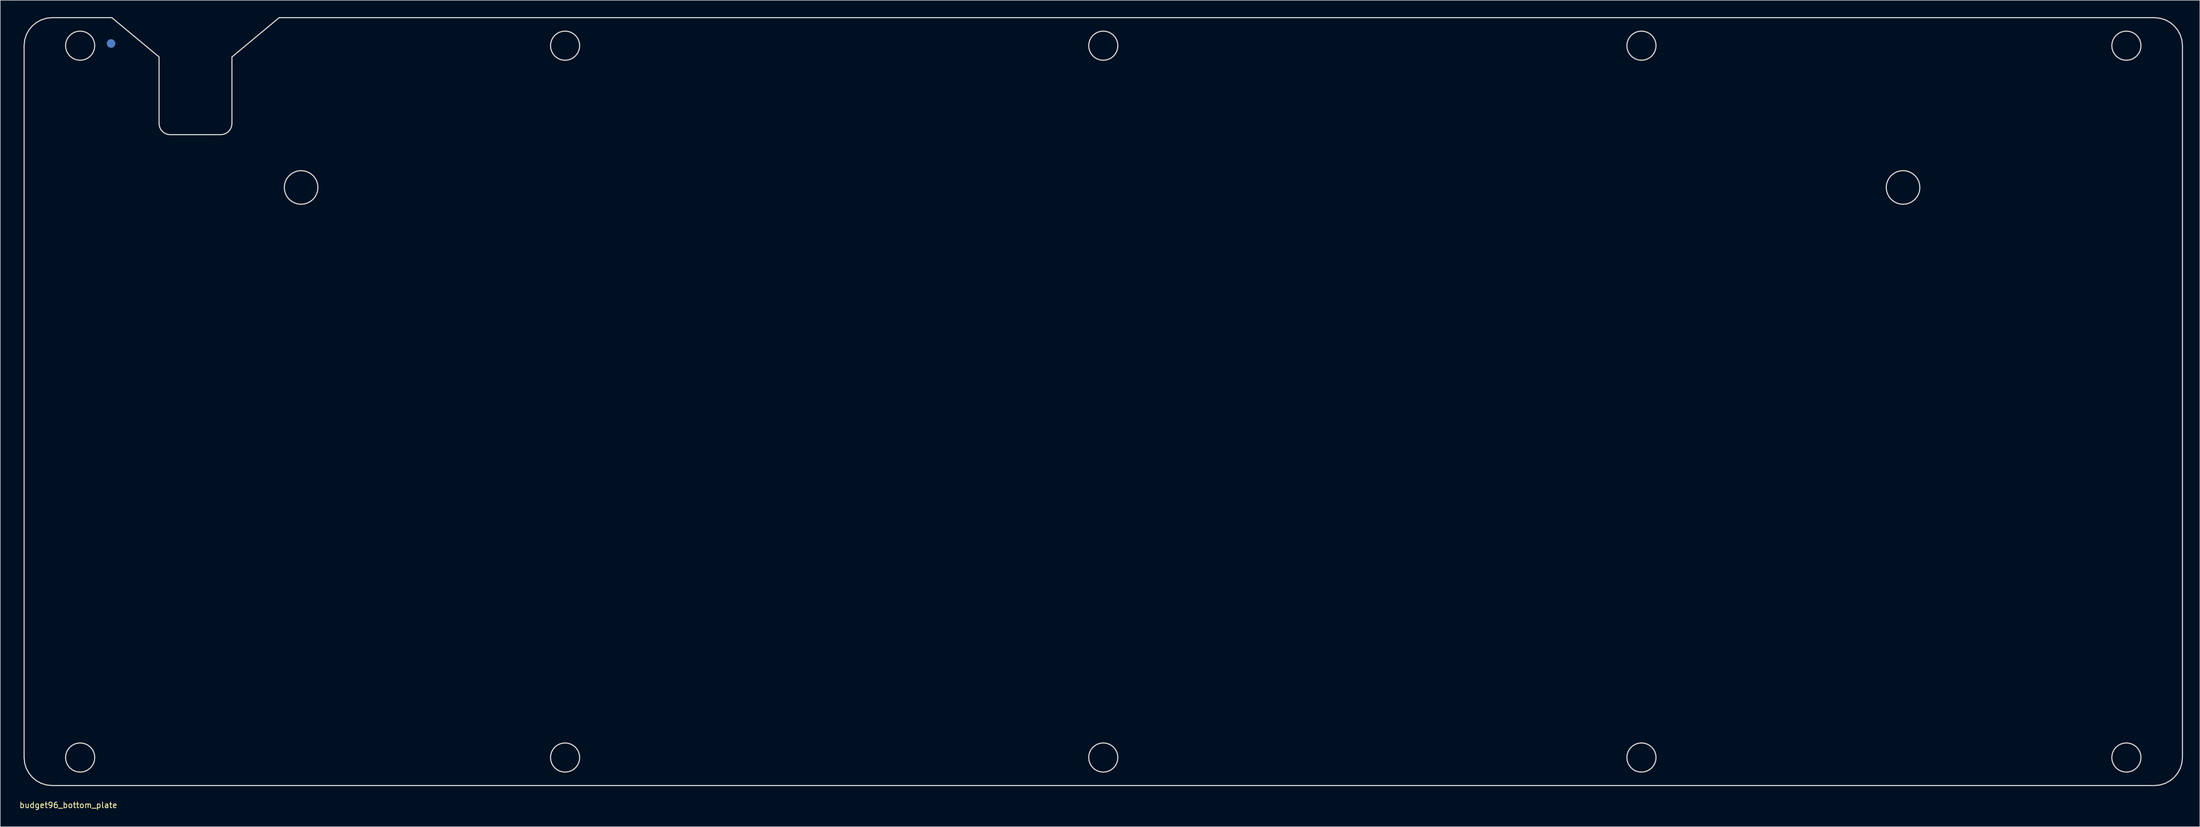
<source format=kicad_pcb>
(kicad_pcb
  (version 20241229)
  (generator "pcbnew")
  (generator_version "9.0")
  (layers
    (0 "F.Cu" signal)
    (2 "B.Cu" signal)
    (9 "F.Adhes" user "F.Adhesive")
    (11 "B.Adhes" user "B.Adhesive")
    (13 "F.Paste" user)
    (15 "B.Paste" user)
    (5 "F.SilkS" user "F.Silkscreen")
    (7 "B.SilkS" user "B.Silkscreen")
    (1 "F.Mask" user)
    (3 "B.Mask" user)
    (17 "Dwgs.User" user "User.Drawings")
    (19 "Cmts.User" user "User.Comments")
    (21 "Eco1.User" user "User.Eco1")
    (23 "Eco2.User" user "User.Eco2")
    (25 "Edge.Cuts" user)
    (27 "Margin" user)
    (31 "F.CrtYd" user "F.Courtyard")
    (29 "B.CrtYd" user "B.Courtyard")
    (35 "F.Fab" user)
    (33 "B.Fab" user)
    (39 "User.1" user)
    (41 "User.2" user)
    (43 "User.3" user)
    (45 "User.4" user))
  (footprint "budget96_bottom_plate"
    (layer "F.Cu")
    (at 0.25 140.6)
    (property "Reference" "budget96_bottom_plate" (at 8.89 0 0) (layer "F.SilkS") (effects (font (size 1 1) (thickness 0.15))))
    (attr through_hole)
    (fp_line (start 0.998 -135.5) (end 1.1 -136.506) (stroke (width 0.2) (type solid)) (layer "Edge.Cuts"))
    (fp_line (start 0.998 -8.5) (end 0.998 -135.5) (stroke (width 0.2) (type solid)) (layer "Edge.Cuts"))
    (fp_line (start 1.1 -136.506) (end 1.392 -137.443) (stroke (width 0.2) (type solid)) (layer "Edge.Cuts"))
    (fp_line (start 1.1 -7.495) (end 0.998 -8.5) (stroke (width 0.2) (type solid)) (layer "Edge.Cuts"))
    (fp_line (start 1.392 -137.443) (end 1.854 -138.292) (stroke (width 0.2) (type solid)) (layer "Edge.Cuts"))
    (fp_line (start 1.392 -6.557) (end 1.1 -7.495) (stroke (width 0.2) (type solid)) (layer "Edge.Cuts"))
    (fp_line (start 1.854 -138.292) (end 2.466 -139.033) (stroke (width 0.2) (type solid)) (layer "Edge.Cuts"))
    (fp_line (start 1.854 -5.708) (end 1.392 -6.557) (stroke (width 0.2) (type solid)) (layer "Edge.Cuts"))
    (fp_line (start 2.466 -139.033) (end 3.206 -139.644) (stroke (width 0.2) (type solid)) (layer "Edge.Cuts"))
    (fp_line (start 2.466 -4.967) (end 1.854 -5.708) (stroke (width 0.2) (type solid)) (layer "Edge.Cuts"))
    (fp_line (start 3.206 -139.644) (end 4.055 -140.106) (stroke (width 0.2) (type solid)) (layer "Edge.Cuts"))
    (fp_line (start 3.206 -4.356) (end 2.466 -4.967) (stroke (width 0.2) (type solid)) (layer "Edge.Cuts"))
    (fp_line (start 4.055 -140.106) (end 4.993 -140.398) (stroke (width 0.2) (type solid)) (layer "Edge.Cuts"))
    (fp_line (start 4.055 -3.894) (end 3.206 -4.356) (stroke (width 0.2) (type solid)) (layer "Edge.Cuts"))
    (fp_line (start 4.993 -140.398) (end 5.998 -140.5) (stroke (width 0.2) (type solid)) (layer "Edge.Cuts"))
    (fp_line (start 4.993 -3.602) (end 4.055 -3.894) (stroke (width 0.2) (type solid)) (layer "Edge.Cuts"))
    (fp_line (start 5.998 -140.5) (end 16.646 -140.5) (stroke (width 0.2) (type solid)) (layer "Edge.Cuts"))
    (fp_line (start 5.998 -3.5) (end 4.993 -3.602) (stroke (width 0.2) (type solid)) (layer "Edge.Cuts"))
    (fp_line (start 8.398 -135.5) (end 8.451 -136.024) (stroke (width 0.2) (type solid)) (layer "Edge.Cuts"))
    (fp_line (start 8.398 -8.5) (end 8.451 -9.024) (stroke (width 0.2) (type solid)) (layer "Edge.Cuts"))
    (fp_line (start 8.451 -136.024) (end 8.603 -136.512) (stroke (width 0.2) (type solid)) (layer "Edge.Cuts"))
    (fp_line (start 8.451 -134.976) (end 8.398 -135.5) (stroke (width 0.2) (type solid)) (layer "Edge.Cuts"))
    (fp_line (start 8.451 -9.024) (end 8.603 -9.512) (stroke (width 0.2) (type solid)) (layer "Edge.Cuts"))
    (fp_line (start 8.451 -7.976) (end 8.398 -8.5) (stroke (width 0.2) (type solid)) (layer "Edge.Cuts"))
    (fp_line (start 8.603 -136.512) (end 8.842 -136.954) (stroke (width 0.2) (type solid)) (layer "Edge.Cuts"))
    (fp_line (start 8.603 -134.488) (end 8.451 -134.976) (stroke (width 0.2) (type solid)) (layer "Edge.Cuts"))
    (fp_line (start 8.603 -9.512) (end 8.842 -9.954) (stroke (width 0.2) (type solid)) (layer "Edge.Cuts"))
    (fp_line (start 8.603 -7.488) (end 8.451 -7.976) (stroke (width 0.2) (type solid)) (layer "Edge.Cuts"))
    (fp_line (start 8.842 -136.954) (end 9.16 -137.338) (stroke (width 0.2) (type solid)) (layer "Edge.Cuts"))
    (fp_line (start 8.842 -134.046) (end 8.603 -134.488) (stroke (width 0.2) (type solid)) (layer "Edge.Cuts"))
    (fp_line (start 8.842 -9.954) (end 9.16 -10.338) (stroke (width 0.2) (type solid)) (layer "Edge.Cuts"))
    (fp_line (start 8.842 -7.046) (end 8.603 -7.488) (stroke (width 0.2) (type solid)) (layer "Edge.Cuts"))
    (fp_line (start 9.16 -137.338) (end 9.545 -137.656) (stroke (width 0.2) (type solid)) (layer "Edge.Cuts"))
    (fp_line (start 9.16 -133.661) (end 8.842 -134.046) (stroke (width 0.2) (type solid)) (layer "Edge.Cuts"))
    (fp_line (start 9.16 -10.338) (end 9.545 -10.656) (stroke (width 0.2) (type solid)) (layer "Edge.Cuts"))
    (fp_line (start 9.16 -6.661) (end 8.842 -7.046) (stroke (width 0.2) (type solid)) (layer "Edge.Cuts"))
    (fp_line (start 9.545 -137.656) (end 9.986 -137.896) (stroke (width 0.2) (type solid)) (layer "Edge.Cuts"))
    (fp_line (start 9.545 -133.344) (end 9.16 -133.661) (stroke (width 0.2) (type solid)) (layer "Edge.Cuts"))
    (fp_line (start 9.545 -10.656) (end 9.986 -10.896) (stroke (width 0.2) (type solid)) (layer "Edge.Cuts"))
    (fp_line (start 9.545 -6.344) (end 9.16 -6.661) (stroke (width 0.2) (type solid)) (layer "Edge.Cuts"))
    (fp_line (start 9.986 -137.896) (end 10.474 -138.047) (stroke (width 0.2) (type solid)) (layer "Edge.Cuts"))
    (fp_line (start 9.986 -133.104) (end 9.545 -133.344) (stroke (width 0.2) (type solid)) (layer "Edge.Cuts"))
    (fp_line (start 9.986 -10.896) (end 10.474 -11.047) (stroke (width 0.2) (type solid)) (layer "Edge.Cuts"))
    (fp_line (start 9.986 -6.104) (end 9.545 -6.344) (stroke (width 0.2) (type solid)) (layer "Edge.Cuts"))
    (fp_line (start 10.474 -138.047) (end 10.998 -138.1) (stroke (width 0.2) (type solid)) (layer "Edge.Cuts"))
    (fp_line (start 10.474 -132.953) (end 9.986 -133.104) (stroke (width 0.2) (type solid)) (layer "Edge.Cuts"))
    (fp_line (start 10.474 -11.047) (end 10.998 -11.1) (stroke (width 0.2) (type solid)) (layer "Edge.Cuts"))
    (fp_line (start 10.474 -5.953) (end 9.986 -6.104) (stroke (width 0.2) (type solid)) (layer "Edge.Cuts"))
    (fp_line (start 10.998 -138.1) (end 10.998 -138.1) (stroke (width 0.2) (type solid)) (layer "Edge.Cuts"))
    (fp_line (start 10.998 -138.1) (end 11.522 -138.047) (stroke (width 0.2) (type solid)) (layer "Edge.Cuts"))
    (fp_line (start 10.998 -132.9) (end 10.474 -132.953) (stroke (width 0.2) (type solid)) (layer "Edge.Cuts"))
    (fp_line (start 10.998 -11.1) (end 10.998 -11.1) (stroke (width 0.2) (type solid)) (layer "Edge.Cuts"))
    (fp_line (start 10.998 -11.1) (end 11.522 -11.047) (stroke (width 0.2) (type solid)) (layer "Edge.Cuts"))
    (fp_line (start 10.998 -5.9) (end 10.474 -5.953) (stroke (width 0.2) (type solid)) (layer "Edge.Cuts"))
    (fp_line (start 11.522 -138.047) (end 12.01 -137.896) (stroke (width 0.2) (type solid)) (layer "Edge.Cuts"))
    (fp_line (start 11.522 -132.953) (end 10.998 -132.9) (stroke (width 0.2) (type solid)) (layer "Edge.Cuts"))
    (fp_line (start 11.522 -11.047) (end 12.01 -10.896) (stroke (width 0.2) (type solid)) (layer "Edge.Cuts"))
    (fp_line (start 11.522 -5.953) (end 10.998 -5.9) (stroke (width 0.2) (type solid)) (layer "Edge.Cuts"))
    (fp_line (start 12.01 -137.896) (end 12.452 -137.656) (stroke (width 0.2) (type solid)) (layer "Edge.Cuts"))
    (fp_line (start 12.01 -133.104) (end 11.522 -132.953) (stroke (width 0.2) (type solid)) (layer "Edge.Cuts"))
    (fp_line (start 12.01 -10.896) (end 12.452 -10.656) (stroke (width 0.2) (type solid)) (layer "Edge.Cuts"))
    (fp_line (start 12.01 -6.104) (end 11.522 -5.953) (stroke (width 0.2) (type solid)) (layer "Edge.Cuts"))
    (fp_line (start 12.452 -137.656) (end 12.837 -137.338) (stroke (width 0.2) (type solid)) (layer "Edge.Cuts"))
    (fp_line (start 12.452 -133.344) (end 12.01 -133.104) (stroke (width 0.2) (type solid)) (layer "Edge.Cuts"))
    (fp_line (start 12.452 -10.656) (end 12.837 -10.338) (stroke (width 0.2) (type solid)) (layer "Edge.Cuts"))
    (fp_line (start 12.452 -6.344) (end 12.01 -6.104) (stroke (width 0.2) (type solid)) (layer "Edge.Cuts"))
    (fp_line (start 12.837 -137.338) (end 13.154 -136.954) (stroke (width 0.2) (type solid)) (layer "Edge.Cuts"))
    (fp_line (start 12.837 -133.661) (end 12.452 -133.344) (stroke (width 0.2) (type solid)) (layer "Edge.Cuts"))
    (fp_line (start 12.837 -10.338) (end 13.154 -9.954) (stroke (width 0.2) (type solid)) (layer "Edge.Cuts"))
    (fp_line (start 12.837 -6.661) (end 12.452 -6.344) (stroke (width 0.2) (type solid)) (layer "Edge.Cuts"))
    (fp_line (start 13.154 -136.954) (end 13.394 -136.512) (stroke (width 0.2) (type solid)) (layer "Edge.Cuts"))
    (fp_line (start 13.154 -134.046) (end 12.837 -133.661) (stroke (width 0.2) (type solid)) (layer "Edge.Cuts"))
    (fp_line (start 13.154 -9.954) (end 13.394 -9.512) (stroke (width 0.2) (type solid)) (layer "Edge.Cuts"))
    (fp_line (start 13.154 -7.046) (end 12.837 -6.661) (stroke (width 0.2) (type solid)) (layer "Edge.Cuts"))
    (fp_line (start 13.394 -136.512) (end 13.546 -136.024) (stroke (width 0.2) (type solid)) (layer "Edge.Cuts"))
    (fp_line (start 13.394 -134.488) (end 13.154 -134.046) (stroke (width 0.2) (type solid)) (layer "Edge.Cuts"))
    (fp_line (start 13.394 -9.512) (end 13.546 -9.024) (stroke (width 0.2) (type solid)) (layer "Edge.Cuts"))
    (fp_line (start 13.394 -7.488) (end 13.154 -7.046) (stroke (width 0.2) (type solid)) (layer "Edge.Cuts"))
    (fp_line (start 13.546 -136.024) (end 13.598 -135.5) (stroke (width 0.2) (type solid)) (layer "Edge.Cuts"))
    (fp_line (start 13.546 -134.976) (end 13.394 -134.488) (stroke (width 0.2) (type solid)) (layer "Edge.Cuts"))
    (fp_line (start 13.546 -9.024) (end 13.598 -8.5) (stroke (width 0.2) (type solid)) (layer "Edge.Cuts"))
    (fp_line (start 13.546 -7.976) (end 13.394 -7.488) (stroke (width 0.2) (type solid)) (layer "Edge.Cuts"))
    (fp_line (start 13.598 -135.5) (end 13.546 -134.976) (stroke (width 0.2) (type solid)) (layer "Edge.Cuts"))
    (fp_line (start 13.598 -8.5) (end 13.546 -7.976) (stroke (width 0.2) (type solid)) (layer "Edge.Cuts"))
    (fp_line (start 16.646 -140.5) (end 16.646 -140.5) (stroke (width 0.2) (type solid)) (layer "Edge.Cuts"))
    (fp_line (start 16.646 -140.5) (end 25.073 -133.491) (stroke (width 0.2) (type solid)) (layer "Edge.Cuts"))
    (fp_line (start 25.073 -133.491) (end 25.073 -121.626) (stroke (width 0.2) (type solid)) (layer "Edge.Cuts"))
    (fp_line (start 25.073 -121.626) (end 25.114 -121.223) (stroke (width 0.2) (type solid)) (layer "Edge.Cuts"))
    (fp_line (start 25.114 -121.223) (end 25.23 -120.848) (stroke (width 0.2) (type solid)) (layer "Edge.Cuts"))
    (fp_line (start 25.23 -120.848) (end 25.415 -120.509) (stroke (width 0.2) (type solid)) (layer "Edge.Cuts"))
    (fp_line (start 25.415 -120.509) (end 25.66 -120.212) (stroke (width 0.2) (type solid)) (layer "Edge.Cuts"))
    (fp_line (start 25.66 -120.212) (end 25.956 -119.968) (stroke (width 0.2) (type solid)) (layer "Edge.Cuts"))
    (fp_line (start 25.956 -119.968) (end 26.296 -119.783) (stroke (width 0.2) (type solid)) (layer "Edge.Cuts"))
    (fp_line (start 26.296 -119.783) (end 26.671 -119.666) (stroke (width 0.2) (type solid)) (layer "Edge.Cuts"))
    (fp_line (start 26.671 -119.666) (end 27.073 -119.626) (stroke (width 0.2) (type solid)) (layer "Edge.Cuts"))
    (fp_line (start 27.073 -119.626) (end 36.073 -119.626) (stroke (width 0.2) (type solid)) (layer "Edge.Cuts"))
    (fp_line (start 36.073 -119.626) (end 36.475 -119.666) (stroke (width 0.2) (type solid)) (layer "Edge.Cuts"))
    (fp_line (start 36.475 -119.666) (end 36.85 -119.783) (stroke (width 0.2) (type solid)) (layer "Edge.Cuts"))
    (fp_line (start 36.85 -119.783) (end 37.19 -119.968) (stroke (width 0.2) (type solid)) (layer "Edge.Cuts"))
    (fp_line (start 37.19 -119.968) (end 37.486 -120.212) (stroke (width 0.2) (type solid)) (layer "Edge.Cuts"))
    (fp_line (start 37.486 -120.212) (end 37.73 -120.509) (stroke (width 0.2) (type solid)) (layer "Edge.Cuts"))
    (fp_line (start 37.73 -120.509) (end 37.915 -120.848) (stroke (width 0.2) (type solid)) (layer "Edge.Cuts"))
    (fp_line (start 37.915 -120.848) (end 38.032 -121.223) (stroke (width 0.2) (type solid)) (layer "Edge.Cuts"))
    (fp_line (start 38.032 -121.223) (end 38.073 -121.626) (stroke (width 0.2) (type solid)) (layer "Edge.Cuts"))
    (fp_line (start 38.073 -133.491) (end 46.5 -140.5) (stroke (width 0.2) (type solid)) (layer "Edge.Cuts"))
    (fp_line (start 38.073 -121.626) (end 38.073 -133.491) (stroke (width 0.2) (type solid)) (layer "Edge.Cuts"))
    (fp_line (start 46.5 -140.5) (end 380.998 -140.5) (stroke (width 0.2) (type solid)) (layer "Edge.Cuts"))
    (fp_line (start 47.411 -110.206) (end 47.469 -109.621) (stroke (width 0.2) (type solid)) (layer "Edge.Cuts"))
    (fp_line (start 47.469 -110.792) (end 47.411 -110.206) (stroke (width 0.2) (type solid)) (layer "Edge.Cuts"))
    (fp_line (start 47.469 -109.621) (end 47.64 -109.058) (stroke (width 0.2) (type solid)) (layer "Edge.Cuts"))
    (fp_line (start 47.64 -111.354) (end 47.469 -110.792) (stroke (width 0.2) (type solid)) (layer "Edge.Cuts"))
    (fp_line (start 47.64 -109.058) (end 47.917 -108.54) (stroke (width 0.2) (type solid)) (layer "Edge.Cuts"))
    (fp_line (start 47.917 -111.873) (end 47.64 -111.354) (stroke (width 0.2) (type solid)) (layer "Edge.Cuts"))
    (fp_line (start 47.917 -108.54) (end 48.29 -108.085) (stroke (width 0.2) (type solid)) (layer "Edge.Cuts"))
    (fp_line (start 48.29 -112.328) (end 47.917 -111.873) (stroke (width 0.2) (type solid)) (layer "Edge.Cuts"))
    (fp_line (start 48.29 -108.085) (end 48.745 -107.712) (stroke (width 0.2) (type solid)) (layer "Edge.Cuts"))
    (fp_line (start 48.745 -112.701) (end 48.29 -112.328) (stroke (width 0.2) (type solid)) (layer "Edge.Cuts"))
    (fp_line (start 48.745 -107.712) (end 49.263 -107.435) (stroke (width 0.2) (type solid)) (layer "Edge.Cuts"))
    (fp_line (start 49.263 -112.978) (end 48.745 -112.701) (stroke (width 0.2) (type solid)) (layer "Edge.Cuts"))
    (fp_line (start 49.263 -107.435) (end 49.826 -107.264) (stroke (width 0.2) (type solid)) (layer "Edge.Cuts"))
    (fp_line (start 49.826 -113.149) (end 49.263 -112.978) (stroke (width 0.2) (type solid)) (layer "Edge.Cuts"))
    (fp_line (start 49.826 -107.264) (end 50.411 -107.206) (stroke (width 0.2) (type solid)) (layer "Edge.Cuts"))
    (fp_line (start 50.411 -113.206) (end 49.826 -113.149) (stroke (width 0.2) (type solid)) (layer "Edge.Cuts"))
    (fp_line (start 50.411 -107.206) (end 50.997 -107.264) (stroke (width 0.2) (type solid)) (layer "Edge.Cuts"))
    (fp_line (start 50.997 -113.149) (end 50.411 -113.206) (stroke (width 0.2) (type solid)) (layer "Edge.Cuts"))
    (fp_line (start 50.997 -107.264) (end 51.559 -107.435) (stroke (width 0.2) (type solid)) (layer "Edge.Cuts"))
    (fp_line (start 51.559 -112.978) (end 50.997 -113.149) (stroke (width 0.2) (type solid)) (layer "Edge.Cuts"))
    (fp_line (start 51.559 -107.435) (end 52.078 -107.712) (stroke (width 0.2) (type solid)) (layer "Edge.Cuts"))
    (fp_line (start 52.078 -112.701) (end 51.559 -112.978) (stroke (width 0.2) (type solid)) (layer "Edge.Cuts"))
    (fp_line (start 52.078 -107.712) (end 52.533 -108.085) (stroke (width 0.2) (type solid)) (layer "Edge.Cuts"))
    (fp_line (start 52.533 -112.328) (end 52.078 -112.701) (stroke (width 0.2) (type solid)) (layer "Edge.Cuts"))
    (fp_line (start 52.533 -108.085) (end 52.906 -108.54) (stroke (width 0.2) (type solid)) (layer "Edge.Cuts"))
    (fp_line (start 52.906 -111.873) (end 52.533 -112.328) (stroke (width 0.2) (type solid)) (layer "Edge.Cuts"))
    (fp_line (start 52.906 -108.54) (end 53.183 -109.058) (stroke (width 0.2) (type solid)) (layer "Edge.Cuts"))
    (fp_line (start 53.183 -111.354) (end 52.906 -111.873) (stroke (width 0.2) (type solid)) (layer "Edge.Cuts"))
    (fp_line (start 53.183 -109.058) (end 53.354 -109.621) (stroke (width 0.2) (type solid)) (layer "Edge.Cuts"))
    (fp_line (start 53.354 -110.792) (end 53.183 -111.354) (stroke (width 0.2) (type solid)) (layer "Edge.Cuts"))
    (fp_line (start 53.354 -109.621) (end 53.411 -110.206) (stroke (width 0.2) (type solid)) (layer "Edge.Cuts"))
    (fp_line (start 53.411 -110.206) (end 53.354 -110.792) (stroke (width 0.2) (type solid)) (layer "Edge.Cuts"))
    (fp_line (start 94.898 -135.5) (end 94.951 -136.024) (stroke (width 0.2) (type solid)) (layer "Edge.Cuts"))
    (fp_line (start 94.898 -8.5) (end 94.951 -9.024) (stroke (width 0.2) (type solid)) (layer "Edge.Cuts"))
    (fp_line (start 94.951 -136.024) (end 95.103 -136.512) (stroke (width 0.2) (type solid)) (layer "Edge.Cuts"))
    (fp_line (start 94.951 -134.976) (end 94.898 -135.5) (stroke (width 0.2) (type solid)) (layer "Edge.Cuts"))
    (fp_line (start 94.951 -9.024) (end 95.103 -9.512) (stroke (width 0.2) (type solid)) (layer "Edge.Cuts"))
    (fp_line (start 94.951 -7.976) (end 94.898 -8.5) (stroke (width 0.2) (type solid)) (layer "Edge.Cuts"))
    (fp_line (start 95.103 -136.512) (end 95.343 -136.954) (stroke (width 0.2) (type solid)) (layer "Edge.Cuts"))
    (fp_line (start 95.103 -134.488) (end 94.951 -134.976) (stroke (width 0.2) (type solid)) (layer "Edge.Cuts"))
    (fp_line (start 95.103 -9.512) (end 95.343 -9.954) (stroke (width 0.2) (type solid)) (layer "Edge.Cuts"))
    (fp_line (start 95.103 -7.488) (end 94.951 -7.976) (stroke (width 0.2) (type solid)) (layer "Edge.Cuts"))
    (fp_line (start 95.343 -136.954) (end 95.66 -137.338) (stroke (width 0.2) (type solid)) (layer "Edge.Cuts"))
    (fp_line (start 95.343 -134.046) (end 95.103 -134.488) (stroke (width 0.2) (type solid)) (layer "Edge.Cuts"))
    (fp_line (start 95.343 -9.954) (end 95.66 -10.338) (stroke (width 0.2) (type solid)) (layer "Edge.Cuts"))
    (fp_line (start 95.343 -7.046) (end 95.103 -7.488) (stroke (width 0.2) (type solid)) (layer "Edge.Cuts"))
    (fp_line (start 95.66 -137.338) (end 96.045 -137.656) (stroke (width 0.2) (type solid)) (layer "Edge.Cuts"))
    (fp_line (start 95.66 -133.661) (end 95.343 -134.046) (stroke (width 0.2) (type solid)) (layer "Edge.Cuts"))
    (fp_line (start 95.66 -10.338) (end 96.045 -10.656) (stroke (width 0.2) (type solid)) (layer "Edge.Cuts"))
    (fp_line (start 95.66 -6.661) (end 95.343 -7.046) (stroke (width 0.2) (type solid)) (layer "Edge.Cuts"))
    (fp_line (start 96.045 -137.656) (end 96.487 -137.896) (stroke (width 0.2) (type solid)) (layer "Edge.Cuts"))
    (fp_line (start 96.045 -133.344) (end 95.66 -133.661) (stroke (width 0.2) (type solid)) (layer "Edge.Cuts"))
    (fp_line (start 96.045 -10.656) (end 96.487 -10.896) (stroke (width 0.2) (type solid)) (layer "Edge.Cuts"))
    (fp_line (start 96.045 -6.344) (end 95.66 -6.661) (stroke (width 0.2) (type solid)) (layer "Edge.Cuts"))
    (fp_line (start 96.487 -137.896) (end 96.975 -138.047) (stroke (width 0.2) (type solid)) (layer "Edge.Cuts"))
    (fp_line (start 96.487 -133.104) (end 96.045 -133.344) (stroke (width 0.2) (type solid)) (layer "Edge.Cuts"))
    (fp_line (start 96.487 -10.896) (end 96.975 -11.047) (stroke (width 0.2) (type solid)) (layer "Edge.Cuts"))
    (fp_line (start 96.487 -6.104) (end 96.045 -6.344) (stroke (width 0.2) (type solid)) (layer "Edge.Cuts"))
    (fp_line (start 96.975 -138.047) (end 97.499 -138.1) (stroke (width 0.2) (type solid)) (layer "Edge.Cuts"))
    (fp_line (start 96.975 -132.953) (end 96.487 -133.104) (stroke (width 0.2) (type solid)) (layer "Edge.Cuts"))
    (fp_line (start 96.975 -11.047) (end 97.499 -11.1) (stroke (width 0.2) (type solid)) (layer "Edge.Cuts"))
    (fp_line (start 96.975 -5.953) (end 96.487 -6.104) (stroke (width 0.2) (type solid)) (layer "Edge.Cuts"))
    (fp_line (start 97.499 -138.1) (end 97.499 -138.1) (stroke (width 0.2) (type solid)) (layer "Edge.Cuts"))
    (fp_line (start 97.499 -138.1) (end 98.022 -138.047) (stroke (width 0.2) (type solid)) (layer "Edge.Cuts"))
    (fp_line (start 97.499 -132.9) (end 96.975 -132.953) (stroke (width 0.2) (type solid)) (layer "Edge.Cuts"))
    (fp_line (start 97.499 -11.1) (end 97.499 -11.1) (stroke (width 0.2) (type solid)) (layer "Edge.Cuts"))
    (fp_line (start 97.499 -11.1) (end 98.022 -11.047) (stroke (width 0.2) (type solid)) (layer "Edge.Cuts"))
    (fp_line (start 97.499 -5.9) (end 96.975 -5.953) (stroke (width 0.2) (type solid)) (layer "Edge.Cuts"))
    (fp_line (start 98.022 -138.047) (end 98.51 -137.896) (stroke (width 0.2) (type solid)) (layer "Edge.Cuts"))
    (fp_line (start 98.022 -132.953) (end 97.499 -132.9) (stroke (width 0.2) (type solid)) (layer "Edge.Cuts"))
    (fp_line (start 98.022 -11.047) (end 98.51 -10.896) (stroke (width 0.2) (type solid)) (layer "Edge.Cuts"))
    (fp_line (start 98.022 -5.953) (end 97.499 -5.9) (stroke (width 0.2) (type solid)) (layer "Edge.Cuts"))
    (fp_line (start 98.51 -137.896) (end 98.952 -137.656) (stroke (width 0.2) (type solid)) (layer "Edge.Cuts"))
    (fp_line (start 98.51 -133.104) (end 98.022 -132.953) (stroke (width 0.2) (type solid)) (layer "Edge.Cuts"))
    (fp_line (start 98.51 -10.896) (end 98.952 -10.656) (stroke (width 0.2) (type solid)) (layer "Edge.Cuts"))
    (fp_line (start 98.51 -6.104) (end 98.022 -5.953) (stroke (width 0.2) (type solid)) (layer "Edge.Cuts"))
    (fp_line (start 98.952 -137.656) (end 99.337 -137.338) (stroke (width 0.2) (type solid)) (layer "Edge.Cuts"))
    (fp_line (start 98.952 -133.344) (end 98.51 -133.104) (stroke (width 0.2) (type solid)) (layer "Edge.Cuts"))
    (fp_line (start 98.952 -10.656) (end 99.337 -10.338) (stroke (width 0.2) (type solid)) (layer "Edge.Cuts"))
    (fp_line (start 98.952 -6.344) (end 98.51 -6.104) (stroke (width 0.2) (type solid)) (layer "Edge.Cuts"))
    (fp_line (start 99.337 -137.338) (end 99.654 -136.954) (stroke (width 0.2) (type solid)) (layer "Edge.Cuts"))
    (fp_line (start 99.337 -133.661) (end 98.952 -133.344) (stroke (width 0.2) (type solid)) (layer "Edge.Cuts"))
    (fp_line (start 99.337 -10.338) (end 99.654 -9.954) (stroke (width 0.2) (type solid)) (layer "Edge.Cuts"))
    (fp_line (start 99.337 -6.661) (end 98.952 -6.344) (stroke (width 0.2) (type solid)) (layer "Edge.Cuts"))
    (fp_line (start 99.654 -136.954) (end 99.894 -136.512) (stroke (width 0.2) (type solid)) (layer "Edge.Cuts"))
    (fp_line (start 99.654 -134.046) (end 99.337 -133.661) (stroke (width 0.2) (type solid)) (layer "Edge.Cuts"))
    (fp_line (start 99.654 -9.954) (end 99.894 -9.512) (stroke (width 0.2) (type solid)) (layer "Edge.Cuts"))
    (fp_line (start 99.654 -7.046) (end 99.337 -6.661) (stroke (width 0.2) (type solid)) (layer "Edge.Cuts"))
    (fp_line (start 99.894 -136.512) (end 100.046 -136.024) (stroke (width 0.2) (type solid)) (layer "Edge.Cuts"))
    (fp_line (start 99.894 -134.488) (end 99.654 -134.046) (stroke (width 0.2) (type solid)) (layer "Edge.Cuts"))
    (fp_line (start 99.894 -9.512) (end 100.046 -9.024) (stroke (width 0.2) (type solid)) (layer "Edge.Cuts"))
    (fp_line (start 99.894 -7.488) (end 99.654 -7.046) (stroke (width 0.2) (type solid)) (layer "Edge.Cuts"))
    (fp_line (start 100.046 -136.024) (end 100.099 -135.5) (stroke (width 0.2) (type solid)) (layer "Edge.Cuts"))
    (fp_line (start 100.046 -134.976) (end 99.894 -134.488) (stroke (width 0.2) (type solid)) (layer "Edge.Cuts"))
    (fp_line (start 100.046 -9.024) (end 100.099 -8.5) (stroke (width 0.2) (type solid)) (layer "Edge.Cuts"))
    (fp_line (start 100.046 -7.976) (end 99.894 -7.488) (stroke (width 0.2) (type solid)) (layer "Edge.Cuts"))
    (fp_line (start 100.099 -135.5) (end 100.046 -134.976) (stroke (width 0.2) (type solid)) (layer "Edge.Cuts"))
    (fp_line (start 100.099 -8.5) (end 100.046 -7.976) (stroke (width 0.2) (type solid)) (layer "Edge.Cuts"))
    (fp_line (start 190.898 -135.5) (end 190.951 -136.024) (stroke (width 0.2) (type solid)) (layer "Edge.Cuts"))
    (fp_line (start 190.898 -8.5) (end 190.951 -9.024) (stroke (width 0.2) (type solid)) (layer "Edge.Cuts"))
    (fp_line (start 190.951 -136.024) (end 191.103 -136.512) (stroke (width 0.2) (type solid)) (layer "Edge.Cuts"))
    (fp_line (start 190.951 -134.976) (end 190.898 -135.5) (stroke (width 0.2) (type solid)) (layer "Edge.Cuts"))
    (fp_line (start 190.951 -9.024) (end 191.103 -9.512) (stroke (width 0.2) (type solid)) (layer "Edge.Cuts"))
    (fp_line (start 190.951 -7.976) (end 190.898 -8.5) (stroke (width 0.2) (type solid)) (layer "Edge.Cuts"))
    (fp_line (start 191.103 -136.512) (end 191.342 -136.954) (stroke (width 0.2) (type solid)) (layer "Edge.Cuts"))
    (fp_line (start 191.103 -134.488) (end 190.951 -134.976) (stroke (width 0.2) (type solid)) (layer "Edge.Cuts"))
    (fp_line (start 191.103 -9.512) (end 191.342 -9.954) (stroke (width 0.2) (type solid)) (layer "Edge.Cuts"))
    (fp_line (start 191.103 -7.488) (end 190.951 -7.976) (stroke (width 0.2) (type solid)) (layer "Edge.Cuts"))
    (fp_line (start 191.342 -136.954) (end 191.66 -137.338) (stroke (width 0.2) (type solid)) (layer "Edge.Cuts"))
    (fp_line (start 191.342 -134.046) (end 191.103 -134.488) (stroke (width 0.2) (type solid)) (layer "Edge.Cuts"))
    (fp_line (start 191.342 -9.954) (end 191.66 -10.338) (stroke (width 0.2) (type solid)) (layer "Edge.Cuts"))
    (fp_line (start 191.342 -7.046) (end 191.103 -7.488) (stroke (width 0.2) (type solid)) (layer "Edge.Cuts"))
    (fp_line (start 191.66 -137.338) (end 192.045 -137.656) (stroke (width 0.2) (type solid)) (layer "Edge.Cuts"))
    (fp_line (start 191.66 -133.661) (end 191.342 -134.046) (stroke (width 0.2) (type solid)) (layer "Edge.Cuts"))
    (fp_line (start 191.66 -10.338) (end 192.045 -10.656) (stroke (width 0.2) (type solid)) (layer "Edge.Cuts"))
    (fp_line (start 191.66 -6.661) (end 191.342 -7.046) (stroke (width 0.2) (type solid)) (layer "Edge.Cuts"))
    (fp_line (start 192.045 -137.656) (end 192.486 -137.896) (stroke (width 0.2) (type solid)) (layer "Edge.Cuts"))
    (fp_line (start 192.045 -133.344) (end 191.66 -133.661) (stroke (width 0.2) (type solid)) (layer "Edge.Cuts"))
    (fp_line (start 192.045 -10.656) (end 192.486 -10.896) (stroke (width 0.2) (type solid)) (layer "Edge.Cuts"))
    (fp_line (start 192.045 -6.344) (end 191.66 -6.661) (stroke (width 0.2) (type solid)) (layer "Edge.Cuts"))
    (fp_line (start 192.486 -137.896) (end 192.974 -138.047) (stroke (width 0.2) (type solid)) (layer "Edge.Cuts"))
    (fp_line (start 192.486 -133.104) (end 192.045 -133.344) (stroke (width 0.2) (type solid)) (layer "Edge.Cuts"))
    (fp_line (start 192.486 -10.896) (end 192.974 -11.047) (stroke (width 0.2) (type solid)) (layer "Edge.Cuts"))
    (fp_line (start 192.486 -6.104) (end 192.045 -6.344) (stroke (width 0.2) (type solid)) (layer "Edge.Cuts"))
    (fp_line (start 192.974 -138.047) (end 193.498 -138.1) (stroke (width 0.2) (type solid)) (layer "Edge.Cuts"))
    (fp_line (start 192.974 -132.953) (end 192.486 -133.104) (stroke (width 0.2) (type solid)) (layer "Edge.Cuts"))
    (fp_line (start 192.974 -11.047) (end 193.498 -11.1) (stroke (width 0.2) (type solid)) (layer "Edge.Cuts"))
    (fp_line (start 192.974 -5.953) (end 192.486 -6.104) (stroke (width 0.2) (type solid)) (layer "Edge.Cuts"))
    (fp_line (start 193.498 -138.1) (end 193.498 -138.1) (stroke (width 0.2) (type solid)) (layer "Edge.Cuts"))
    (fp_line (start 193.498 -138.1) (end 194.022 -138.047) (stroke (width 0.2) (type solid)) (layer "Edge.Cuts"))
    (fp_line (start 193.498 -132.9) (end 192.974 -132.953) (stroke (width 0.2) (type solid)) (layer "Edge.Cuts"))
    (fp_line (start 193.498 -11.1) (end 193.498 -11.1) (stroke (width 0.2) (type solid)) (layer "Edge.Cuts"))
    (fp_line (start 193.498 -11.1) (end 194.022 -11.047) (stroke (width 0.2) (type solid)) (layer "Edge.Cuts"))
    (fp_line (start 193.498 -5.9) (end 192.974 -5.953) (stroke (width 0.2) (type solid)) (layer "Edge.Cuts"))
    (fp_line (start 194.022 -138.047) (end 194.51 -137.896) (stroke (width 0.2) (type solid)) (layer "Edge.Cuts"))
    (fp_line (start 194.022 -132.953) (end 193.498 -132.9) (stroke (width 0.2) (type solid)) (layer "Edge.Cuts"))
    (fp_line (start 194.022 -11.047) (end 194.51 -10.896) (stroke (width 0.2) (type solid)) (layer "Edge.Cuts"))
    (fp_line (start 194.022 -5.953) (end 193.498 -5.9) (stroke (width 0.2) (type solid)) (layer "Edge.Cuts"))
    (fp_line (start 194.51 -137.896) (end 194.952 -137.656) (stroke (width 0.2) (type solid)) (layer "Edge.Cuts"))
    (fp_line (start 194.51 -133.104) (end 194.022 -132.953) (stroke (width 0.2) (type solid)) (layer "Edge.Cuts"))
    (fp_line (start 194.51 -10.896) (end 194.952 -10.656) (stroke (width 0.2) (type solid)) (layer "Edge.Cuts"))
    (fp_line (start 194.51 -6.104) (end 194.022 -5.953) (stroke (width 0.2) (type solid)) (layer "Edge.Cuts"))
    (fp_line (start 194.952 -137.656) (end 195.337 -137.338) (stroke (width 0.2) (type solid)) (layer "Edge.Cuts"))
    (fp_line (start 194.952 -133.344) (end 194.51 -133.104) (stroke (width 0.2) (type solid)) (layer "Edge.Cuts"))
    (fp_line (start 194.952 -10.656) (end 195.337 -10.338) (stroke (width 0.2) (type solid)) (layer "Edge.Cuts"))
    (fp_line (start 194.952 -6.344) (end 194.51 -6.104) (stroke (width 0.2) (type solid)) (layer "Edge.Cuts"))
    (fp_line (start 195.337 -137.338) (end 195.654 -136.954) (stroke (width 0.2) (type solid)) (layer "Edge.Cuts"))
    (fp_line (start 195.337 -133.661) (end 194.952 -133.344) (stroke (width 0.2) (type solid)) (layer "Edge.Cuts"))
    (fp_line (start 195.337 -10.338) (end 195.654 -9.954) (stroke (width 0.2) (type solid)) (layer "Edge.Cuts"))
    (fp_line (start 195.337 -6.661) (end 194.952 -6.344) (stroke (width 0.2) (type solid)) (layer "Edge.Cuts"))
    (fp_line (start 195.654 -136.954) (end 195.894 -136.512) (stroke (width 0.2) (type solid)) (layer "Edge.Cuts"))
    (fp_line (start 195.654 -134.046) (end 195.337 -133.661) (stroke (width 0.2) (type solid)) (layer "Edge.Cuts"))
    (fp_line (start 195.654 -9.954) (end 195.894 -9.512) (stroke (width 0.2) (type solid)) (layer "Edge.Cuts"))
    (fp_line (start 195.654 -7.046) (end 195.337 -6.661) (stroke (width 0.2) (type solid)) (layer "Edge.Cuts"))
    (fp_line (start 195.894 -136.512) (end 196.046 -136.024) (stroke (width 0.2) (type solid)) (layer "Edge.Cuts"))
    (fp_line (start 195.894 -134.488) (end 195.654 -134.046) (stroke (width 0.2) (type solid)) (layer "Edge.Cuts"))
    (fp_line (start 195.894 -9.512) (end 196.046 -9.024) (stroke (width 0.2) (type solid)) (layer "Edge.Cuts"))
    (fp_line (start 195.894 -7.488) (end 195.654 -7.046) (stroke (width 0.2) (type solid)) (layer "Edge.Cuts"))
    (fp_line (start 196.046 -136.024) (end 196.098 -135.5) (stroke (width 0.2) (type solid)) (layer "Edge.Cuts"))
    (fp_line (start 196.046 -134.976) (end 195.894 -134.488) (stroke (width 0.2) (type solid)) (layer "Edge.Cuts"))
    (fp_line (start 196.046 -9.024) (end 196.098 -8.5) (stroke (width 0.2) (type solid)) (layer "Edge.Cuts"))
    (fp_line (start 196.046 -7.976) (end 195.894 -7.488) (stroke (width 0.2) (type solid)) (layer "Edge.Cuts"))
    (fp_line (start 196.098 -135.5) (end 196.046 -134.976) (stroke (width 0.2) (type solid)) (layer "Edge.Cuts"))
    (fp_line (start 196.098 -8.5) (end 196.046 -7.976) (stroke (width 0.2) (type solid)) (layer "Edge.Cuts"))
    (fp_line (start 286.898 -135.5) (end 286.951 -136.024) (stroke (width 0.2) (type solid)) (layer "Edge.Cuts"))
    (fp_line (start 286.898 -8.5) (end 286.951 -9.024) (stroke (width 0.2) (type solid)) (layer "Edge.Cuts"))
    (fp_line (start 286.951 -136.024) (end 287.103 -136.512) (stroke (width 0.2) (type solid)) (layer "Edge.Cuts"))
    (fp_line (start 286.951 -134.976) (end 286.898 -135.5) (stroke (width 0.2) (type solid)) (layer "Edge.Cuts"))
    (fp_line (start 286.951 -9.024) (end 287.103 -9.512) (stroke (width 0.2) (type solid)) (layer "Edge.Cuts"))
    (fp_line (start 286.951 -7.976) (end 286.898 -8.5) (stroke (width 0.2) (type solid)) (layer "Edge.Cuts"))
    (fp_line (start 287.103 -136.512) (end 287.342 -136.954) (stroke (width 0.2) (type solid)) (layer "Edge.Cuts"))
    (fp_line (start 287.103 -134.488) (end 286.951 -134.976) (stroke (width 0.2) (type solid)) (layer "Edge.Cuts"))
    (fp_line (start 287.103 -9.512) (end 287.342 -9.954) (stroke (width 0.2) (type solid)) (layer "Edge.Cuts"))
    (fp_line (start 287.103 -7.488) (end 286.951 -7.976) (stroke (width 0.2) (type solid)) (layer "Edge.Cuts"))
    (fp_line (start 287.342 -136.954) (end 287.66 -137.338) (stroke (width 0.2) (type solid)) (layer "Edge.Cuts"))
    (fp_line (start 287.342 -134.046) (end 287.103 -134.488) (stroke (width 0.2) (type solid)) (layer "Edge.Cuts"))
    (fp_line (start 287.342 -9.954) (end 287.66 -10.338) (stroke (width 0.2) (type solid)) (layer "Edge.Cuts"))
    (fp_line (start 287.342 -7.046) (end 287.103 -7.488) (stroke (width 0.2) (type solid)) (layer "Edge.Cuts"))
    (fp_line (start 287.66 -137.338) (end 288.045 -137.656) (stroke (width 0.2) (type solid)) (layer "Edge.Cuts"))
    (fp_line (start 287.66 -133.661) (end 287.342 -134.046) (stroke (width 0.2) (type solid)) (layer "Edge.Cuts"))
    (fp_line (start 287.66 -10.338) (end 288.045 -10.656) (stroke (width 0.2) (type solid)) (layer "Edge.Cuts"))
    (fp_line (start 287.66 -6.661) (end 287.342 -7.046) (stroke (width 0.2) (type solid)) (layer "Edge.Cuts"))
    (fp_line (start 288.045 -137.656) (end 288.486 -137.896) (stroke (width 0.2) (type solid)) (layer "Edge.Cuts"))
    (fp_line (start 288.045 -133.344) (end 287.66 -133.661) (stroke (width 0.2) (type solid)) (layer "Edge.Cuts"))
    (fp_line (start 288.045 -10.656) (end 288.486 -10.896) (stroke (width 0.2) (type solid)) (layer "Edge.Cuts"))
    (fp_line (start 288.045 -6.344) (end 287.66 -6.661) (stroke (width 0.2) (type solid)) (layer "Edge.Cuts"))
    (fp_line (start 288.486 -137.896) (end 288.974 -138.047) (stroke (width 0.2) (type solid)) (layer "Edge.Cuts"))
    (fp_line (start 288.486 -133.104) (end 288.045 -133.344) (stroke (width 0.2) (type solid)) (layer "Edge.Cuts"))
    (fp_line (start 288.486 -10.896) (end 288.974 -11.047) (stroke (width 0.2) (type solid)) (layer "Edge.Cuts"))
    (fp_line (start 288.486 -6.104) (end 288.045 -6.344) (stroke (width 0.2) (type solid)) (layer "Edge.Cuts"))
    (fp_line (start 288.974 -138.047) (end 289.498 -138.1) (stroke (width 0.2) (type solid)) (layer "Edge.Cuts"))
    (fp_line (start 288.974 -132.953) (end 288.486 -133.104) (stroke (width 0.2) (type solid)) (layer "Edge.Cuts"))
    (fp_line (start 288.974 -11.047) (end 289.498 -11.1) (stroke (width 0.2) (type solid)) (layer "Edge.Cuts"))
    (fp_line (start 288.974 -5.953) (end 288.486 -6.104) (stroke (width 0.2) (type solid)) (layer "Edge.Cuts"))
    (fp_line (start 289.498 -138.1) (end 289.498 -138.1) (stroke (width 0.2) (type solid)) (layer "Edge.Cuts"))
    (fp_line (start 289.498 -138.1) (end 290.022 -138.047) (stroke (width 0.2) (type solid)) (layer "Edge.Cuts"))
    (fp_line (start 289.498 -132.9) (end 288.974 -132.953) (stroke (width 0.2) (type solid)) (layer "Edge.Cuts"))
    (fp_line (start 289.498 -11.1) (end 289.498 -11.1) (stroke (width 0.2) (type solid)) (layer "Edge.Cuts"))
    (fp_line (start 289.498 -11.1) (end 290.022 -11.047) (stroke (width 0.2) (type solid)) (layer "Edge.Cuts"))
    (fp_line (start 289.498 -5.9) (end 288.974 -5.953) (stroke (width 0.2) (type solid)) (layer "Edge.Cuts"))
    (fp_line (start 290.022 -138.047) (end 290.51 -137.896) (stroke (width 0.2) (type solid)) (layer "Edge.Cuts"))
    (fp_line (start 290.022 -132.953) (end 289.498 -132.9) (stroke (width 0.2) (type solid)) (layer "Edge.Cuts"))
    (fp_line (start 290.022 -11.047) (end 290.51 -10.896) (stroke (width 0.2) (type solid)) (layer "Edge.Cuts"))
    (fp_line (start 290.022 -5.953) (end 289.498 -5.9) (stroke (width 0.2) (type solid)) (layer "Edge.Cuts"))
    (fp_line (start 290.51 -137.896) (end 290.952 -137.656) (stroke (width 0.2) (type solid)) (layer "Edge.Cuts"))
    (fp_line (start 290.51 -133.104) (end 290.022 -132.953) (stroke (width 0.2) (type solid)) (layer "Edge.Cuts"))
    (fp_line (start 290.51 -10.896) (end 290.952 -10.656) (stroke (width 0.2) (type solid)) (layer "Edge.Cuts"))
    (fp_line (start 290.51 -6.104) (end 290.022 -5.953) (stroke (width 0.2) (type solid)) (layer "Edge.Cuts"))
    (fp_line (start 290.952 -137.656) (end 291.337 -137.338) (stroke (width 0.2) (type solid)) (layer "Edge.Cuts"))
    (fp_line (start 290.952 -133.344) (end 290.51 -133.104) (stroke (width 0.2) (type solid)) (layer "Edge.Cuts"))
    (fp_line (start 290.952 -10.656) (end 291.337 -10.338) (stroke (width 0.2) (type solid)) (layer "Edge.Cuts"))
    (fp_line (start 290.952 -6.344) (end 290.51 -6.104) (stroke (width 0.2) (type solid)) (layer "Edge.Cuts"))
    (fp_line (start 291.337 -137.338) (end 291.654 -136.954) (stroke (width 0.2) (type solid)) (layer "Edge.Cuts"))
    (fp_line (start 291.337 -133.661) (end 290.952 -133.344) (stroke (width 0.2) (type solid)) (layer "Edge.Cuts"))
    (fp_line (start 291.337 -10.338) (end 291.654 -9.954) (stroke (width 0.2) (type solid)) (layer "Edge.Cuts"))
    (fp_line (start 291.337 -6.661) (end 290.952 -6.344) (stroke (width 0.2) (type solid)) (layer "Edge.Cuts"))
    (fp_line (start 291.654 -136.954) (end 291.894 -136.512) (stroke (width 0.2) (type solid)) (layer "Edge.Cuts"))
    (fp_line (start 291.654 -134.046) (end 291.337 -133.661) (stroke (width 0.2) (type solid)) (layer "Edge.Cuts"))
    (fp_line (start 291.654 -9.954) (end 291.894 -9.512) (stroke (width 0.2) (type solid)) (layer "Edge.Cuts"))
    (fp_line (start 291.654 -7.046) (end 291.337 -6.661) (stroke (width 0.2) (type solid)) (layer "Edge.Cuts"))
    (fp_line (start 291.894 -136.512) (end 292.046 -136.024) (stroke (width 0.2) (type solid)) (layer "Edge.Cuts"))
    (fp_line (start 291.894 -134.488) (end 291.654 -134.046) (stroke (width 0.2) (type solid)) (layer "Edge.Cuts"))
    (fp_line (start 291.894 -9.512) (end 292.046 -9.024) (stroke (width 0.2) (type solid)) (layer "Edge.Cuts"))
    (fp_line (start 291.894 -7.488) (end 291.654 -7.046) (stroke (width 0.2) (type solid)) (layer "Edge.Cuts"))
    (fp_line (start 292.046 -136.024) (end 292.098 -135.5) (stroke (width 0.2) (type solid)) (layer "Edge.Cuts"))
    (fp_line (start 292.046 -134.976) (end 291.894 -134.488) (stroke (width 0.2) (type solid)) (layer "Edge.Cuts"))
    (fp_line (start 292.046 -9.024) (end 292.098 -8.5) (stroke (width 0.2) (type solid)) (layer "Edge.Cuts"))
    (fp_line (start 292.046 -7.976) (end 291.894 -7.488) (stroke (width 0.2) (type solid)) (layer "Edge.Cuts"))
    (fp_line (start 292.098 -135.5) (end 292.046 -134.976) (stroke (width 0.2) (type solid)) (layer "Edge.Cuts"))
    (fp_line (start 292.098 -8.5) (end 292.046 -7.976) (stroke (width 0.2) (type solid)) (layer "Edge.Cuts"))
    (fp_line (start 333.161 -110.206) (end 333.219 -109.621) (stroke (width 0.2) (type solid)) (layer "Edge.Cuts"))
    (fp_line (start 333.219 -110.792) (end 333.161 -110.206) (stroke (width 0.2) (type solid)) (layer "Edge.Cuts"))
    (fp_line (start 333.219 -109.621) (end 333.39 -109.058) (stroke (width 0.2) (type solid)) (layer "Edge.Cuts"))
    (fp_line (start 333.39 -111.354) (end 333.219 -110.792) (stroke (width 0.2) (type solid)) (layer "Edge.Cuts"))
    (fp_line (start 333.39 -109.058) (end 333.667 -108.54) (stroke (width 0.2) (type solid)) (layer "Edge.Cuts"))
    (fp_line (start 333.667 -111.873) (end 333.39 -111.354) (stroke (width 0.2) (type solid)) (layer "Edge.Cuts"))
    (fp_line (start 333.667 -108.54) (end 334.04 -108.085) (stroke (width 0.2) (type solid)) (layer "Edge.Cuts"))
    (fp_line (start 334.04 -112.328) (end 333.667 -111.873) (stroke (width 0.2) (type solid)) (layer "Edge.Cuts"))
    (fp_line (start 334.04 -108.085) (end 334.495 -107.712) (stroke (width 0.2) (type solid)) (layer "Edge.Cuts"))
    (fp_line (start 334.495 -112.701) (end 334.04 -112.328) (stroke (width 0.2) (type solid)) (layer "Edge.Cuts"))
    (fp_line (start 334.495 -107.712) (end 335.013 -107.435) (stroke (width 0.2) (type solid)) (layer "Edge.Cuts"))
    (fp_line (start 335.013 -112.978) (end 334.495 -112.701) (stroke (width 0.2) (type solid)) (layer "Edge.Cuts"))
    (fp_line (start 335.013 -107.435) (end 335.576 -107.264) (stroke (width 0.2) (type solid)) (layer "Edge.Cuts"))
    (fp_line (start 335.576 -113.149) (end 335.013 -112.978) (stroke (width 0.2) (type solid)) (layer "Edge.Cuts"))
    (fp_line (start 335.576 -107.264) (end 336.161 -107.206) (stroke (width 0.2) (type solid)) (layer "Edge.Cuts"))
    (fp_line (start 336.161 -113.206) (end 335.576 -113.149) (stroke (width 0.2) (type solid)) (layer "Edge.Cuts"))
    (fp_line (start 336.161 -107.206) (end 336.747 -107.264) (stroke (width 0.2) (type solid)) (layer "Edge.Cuts"))
    (fp_line (start 336.747 -113.149) (end 336.161 -113.206) (stroke (width 0.2) (type solid)) (layer "Edge.Cuts"))
    (fp_line (start 336.747 -107.264) (end 337.309 -107.435) (stroke (width 0.2) (type solid)) (layer "Edge.Cuts"))
    (fp_line (start 337.309 -112.978) (end 336.747 -113.149) (stroke (width 0.2) (type solid)) (layer "Edge.Cuts"))
    (fp_line (start 337.309 -107.435) (end 337.828 -107.712) (stroke (width 0.2) (type solid)) (layer "Edge.Cuts"))
    (fp_line (start 337.828 -112.701) (end 337.309 -112.978) (stroke (width 0.2) (type solid)) (layer "Edge.Cuts"))
    (fp_line (start 337.828 -107.712) (end 338.283 -108.085) (stroke (width 0.2) (type solid)) (layer "Edge.Cuts"))
    (fp_line (start 338.283 -112.328) (end 337.828 -112.701) (stroke (width 0.2) (type solid)) (layer "Edge.Cuts"))
    (fp_line (start 338.283 -108.085) (end 338.656 -108.54) (stroke (width 0.2) (type solid)) (layer "Edge.Cuts"))
    (fp_line (start 338.656 -111.873) (end 338.283 -112.328) (stroke (width 0.2) (type solid)) (layer "Edge.Cuts"))
    (fp_line (start 338.656 -108.54) (end 338.933 -109.058) (stroke (width 0.2) (type solid)) (layer "Edge.Cuts"))
    (fp_line (start 338.933 -111.354) (end 338.656 -111.873) (stroke (width 0.2) (type solid)) (layer "Edge.Cuts"))
    (fp_line (start 338.933 -109.058) (end 339.104 -109.621) (stroke (width 0.2) (type solid)) (layer "Edge.Cuts"))
    (fp_line (start 339.104 -110.792) (end 338.933 -111.354) (stroke (width 0.2) (type solid)) (layer "Edge.Cuts"))
    (fp_line (start 339.104 -109.621) (end 339.161 -110.206) (stroke (width 0.2) (type solid)) (layer "Edge.Cuts"))
    (fp_line (start 339.161 -110.206) (end 339.104 -110.792) (stroke (width 0.2) (type solid)) (layer "Edge.Cuts"))
    (fp_line (start 373.398 -135.5) (end 373.451 -136.024) (stroke (width 0.2) (type solid)) (layer "Edge.Cuts"))
    (fp_line (start 373.398 -8.5) (end 373.451 -9.024) (stroke (width 0.2) (type solid)) (layer "Edge.Cuts"))
    (fp_line (start 373.451 -136.024) (end 373.603 -136.512) (stroke (width 0.2) (type solid)) (layer "Edge.Cuts"))
    (fp_line (start 373.451 -134.976) (end 373.398 -135.5) (stroke (width 0.2) (type solid)) (layer "Edge.Cuts"))
    (fp_line (start 373.451 -9.024) (end 373.603 -9.512) (stroke (width 0.2) (type solid)) (layer "Edge.Cuts"))
    (fp_line (start 373.451 -7.976) (end 373.398 -8.5) (stroke (width 0.2) (type solid)) (layer "Edge.Cuts"))
    (fp_line (start 373.603 -136.512) (end 373.842 -136.954) (stroke (width 0.2) (type solid)) (layer "Edge.Cuts"))
    (fp_line (start 373.603 -134.488) (end 373.451 -134.976) (stroke (width 0.2) (type solid)) (layer "Edge.Cuts"))
    (fp_line (start 373.603 -9.512) (end 373.842 -9.954) (stroke (width 0.2) (type solid)) (layer "Edge.Cuts"))
    (fp_line (start 373.603 -7.488) (end 373.451 -7.976) (stroke (width 0.2) (type solid)) (layer "Edge.Cuts"))
    (fp_line (start 373.842 -136.954) (end 374.16 -137.338) (stroke (width 0.2) (type solid)) (layer "Edge.Cuts"))
    (fp_line (start 373.842 -134.046) (end 373.603 -134.488) (stroke (width 0.2) (type solid)) (layer "Edge.Cuts"))
    (fp_line (start 373.842 -9.954) (end 374.16 -10.338) (stroke (width 0.2) (type solid)) (layer "Edge.Cuts"))
    (fp_line (start 373.842 -7.046) (end 373.603 -7.488) (stroke (width 0.2) (type solid)) (layer "Edge.Cuts"))
    (fp_line (start 374.16 -137.338) (end 374.545 -137.656) (stroke (width 0.2) (type solid)) (layer "Edge.Cuts"))
    (fp_line (start 374.16 -133.661) (end 373.842 -134.046) (stroke (width 0.2) (type solid)) (layer "Edge.Cuts"))
    (fp_line (start 374.16 -10.338) (end 374.545 -10.656) (stroke (width 0.2) (type solid)) (layer "Edge.Cuts"))
    (fp_line (start 374.16 -6.661) (end 373.842 -7.046) (stroke (width 0.2) (type solid)) (layer "Edge.Cuts"))
    (fp_line (start 374.545 -137.656) (end 374.986 -137.896) (stroke (width 0.2) (type solid)) (layer "Edge.Cuts"))
    (fp_line (start 374.545 -133.344) (end 374.16 -133.661) (stroke (width 0.2) (type solid)) (layer "Edge.Cuts"))
    (fp_line (start 374.545 -10.656) (end 374.986 -10.896) (stroke (width 0.2) (type solid)) (layer "Edge.Cuts"))
    (fp_line (start 374.545 -6.344) (end 374.16 -6.661) (stroke (width 0.2) (type solid)) (layer "Edge.Cuts"))
    (fp_line (start 374.986 -137.896) (end 375.474 -138.047) (stroke (width 0.2) (type solid)) (layer "Edge.Cuts"))
    (fp_line (start 374.986 -133.104) (end 374.545 -133.344) (stroke (width 0.2) (type solid)) (layer "Edge.Cuts"))
    (fp_line (start 374.986 -10.896) (end 375.474 -11.047) (stroke (width 0.2) (type solid)) (layer "Edge.Cuts"))
    (fp_line (start 374.986 -6.104) (end 374.545 -6.344) (stroke (width 0.2) (type solid)) (layer "Edge.Cuts"))
    (fp_line (start 375.474 -138.047) (end 375.998 -138.1) (stroke (width 0.2) (type solid)) (layer "Edge.Cuts"))
    (fp_line (start 375.474 -132.953) (end 374.986 -133.104) (stroke (width 0.2) (type solid)) (layer "Edge.Cuts"))
    (fp_line (start 375.474 -11.047) (end 375.998 -11.1) (stroke (width 0.2) (type solid)) (layer "Edge.Cuts"))
    (fp_line (start 375.474 -5.953) (end 374.986 -6.104) (stroke (width 0.2) (type solid)) (layer "Edge.Cuts"))
    (fp_line (start 375.998 -138.1) (end 375.998 -138.1) (stroke (width 0.2) (type solid)) (layer "Edge.Cuts"))
    (fp_line (start 375.998 -138.1) (end 376.522 -138.047) (stroke (width 0.2) (type solid)) (layer "Edge.Cuts"))
    (fp_line (start 375.998 -132.9) (end 375.474 -132.953) (stroke (width 0.2) (type solid)) (layer "Edge.Cuts"))
    (fp_line (start 375.998 -11.1) (end 375.998 -11.1) (stroke (width 0.2) (type solid)) (layer "Edge.Cuts"))
    (fp_line (start 375.998 -11.1) (end 376.522 -11.047) (stroke (width 0.2) (type solid)) (layer "Edge.Cuts"))
    (fp_line (start 375.998 -5.9) (end 375.474 -5.953) (stroke (width 0.2) (type solid)) (layer "Edge.Cuts"))
    (fp_line (start 376.522 -138.047) (end 377.01 -137.896) (stroke (width 0.2) (type solid)) (layer "Edge.Cuts"))
    (fp_line (start 376.522 -132.953) (end 375.998 -132.9) (stroke (width 0.2) (type solid)) (layer "Edge.Cuts"))
    (fp_line (start 376.522 -11.047) (end 377.01 -10.896) (stroke (width 0.2) (type solid)) (layer "Edge.Cuts"))
    (fp_line (start 376.522 -5.953) (end 375.998 -5.9) (stroke (width 0.2) (type solid)) (layer "Edge.Cuts"))
    (fp_line (start 377.01 -137.896) (end 377.452 -137.656) (stroke (width 0.2) (type solid)) (layer "Edge.Cuts"))
    (fp_line (start 377.01 -133.104) (end 376.522 -132.953) (stroke (width 0.2) (type solid)) (layer "Edge.Cuts"))
    (fp_line (start 377.01 -10.896) (end 377.452 -10.656) (stroke (width 0.2) (type solid)) (layer "Edge.Cuts"))
    (fp_line (start 377.01 -6.104) (end 376.522 -5.953) (stroke (width 0.2) (type solid)) (layer "Edge.Cuts"))
    (fp_line (start 377.452 -137.656) (end 377.837 -137.338) (stroke (width 0.2) (type solid)) (layer "Edge.Cuts"))
    (fp_line (start 377.452 -133.344) (end 377.01 -133.104) (stroke (width 0.2) (type solid)) (layer "Edge.Cuts"))
    (fp_line (start 377.452 -10.656) (end 377.837 -10.338) (stroke (width 0.2) (type solid)) (layer "Edge.Cuts"))
    (fp_line (start 377.452 -6.344) (end 377.01 -6.104) (stroke (width 0.2) (type solid)) (layer "Edge.Cuts"))
    (fp_line (start 377.837 -137.338) (end 378.154 -136.954) (stroke (width 0.2) (type solid)) (layer "Edge.Cuts"))
    (fp_line (start 377.837 -133.661) (end 377.452 -133.344) (stroke (width 0.2) (type solid)) (layer "Edge.Cuts"))
    (fp_line (start 377.837 -10.338) (end 378.154 -9.954) (stroke (width 0.2) (type solid)) (layer "Edge.Cuts"))
    (fp_line (start 377.837 -6.661) (end 377.452 -6.344) (stroke (width 0.2) (type solid)) (layer "Edge.Cuts"))
    (fp_line (start 378.154 -136.954) (end 378.394 -136.512) (stroke (width 0.2) (type solid)) (layer "Edge.Cuts"))
    (fp_line (start 378.154 -134.046) (end 377.837 -133.661) (stroke (width 0.2) (type solid)) (layer "Edge.Cuts"))
    (fp_line (start 378.154 -9.954) (end 378.394 -9.512) (stroke (width 0.2) (type solid)) (layer "Edge.Cuts"))
    (fp_line (start 378.154 -7.046) (end 377.837 -6.661) (stroke (width 0.2) (type solid)) (layer "Edge.Cuts"))
    (fp_line (start 378.394 -136.512) (end 378.546 -136.024) (stroke (width 0.2) (type solid)) (layer "Edge.Cuts"))
    (fp_line (start 378.394 -134.488) (end 378.154 -134.046) (stroke (width 0.2) (type solid)) (layer "Edge.Cuts"))
    (fp_line (start 378.394 -9.512) (end 378.546 -9.024) (stroke (width 0.2) (type solid)) (layer "Edge.Cuts"))
    (fp_line (start 378.394 -7.488) (end 378.154 -7.046) (stroke (width 0.2) (type solid)) (layer "Edge.Cuts"))
    (fp_line (start 378.546 -136.024) (end 378.598 -135.5) (stroke (width 0.2) (type solid)) (layer "Edge.Cuts"))
    (fp_line (start 378.546 -134.976) (end 378.394 -134.488) (stroke (width 0.2) (type solid)) (layer "Edge.Cuts"))
    (fp_line (start 378.546 -9.024) (end 378.598 -8.5) (stroke (width 0.2) (type solid)) (layer "Edge.Cuts"))
    (fp_line (start 378.546 -7.976) (end 378.394 -7.488) (stroke (width 0.2) (type solid)) (layer "Edge.Cuts"))
    (fp_line (start 378.598 -135.5) (end 378.546 -134.976) (stroke (width 0.2) (type solid)) (layer "Edge.Cuts"))
    (fp_line (start 378.598 -8.5) (end 378.546 -7.976) (stroke (width 0.2) (type solid)) (layer "Edge.Cuts"))
    (fp_line (start 380.998 -140.5) (end 382.004 -140.398) (stroke (width 0.2) (type solid)) (layer "Edge.Cuts"))
    (fp_line (start 380.998 -3.5) (end 5.998 -3.5) (stroke (width 0.2) (type solid)) (layer "Edge.Cuts"))
    (fp_line (start 382.004 -140.398) (end 382.942 -140.106) (stroke (width 0.2) (type solid)) (layer "Edge.Cuts"))
    (fp_line (start 382.004 -3.602) (end 380.998 -3.5) (stroke (width 0.2) (type solid)) (layer "Edge.Cuts"))
    (fp_line (start 382.942 -140.106) (end 383.791 -139.644) (stroke (width 0.2) (type solid)) (layer "Edge.Cuts"))
    (fp_line (start 382.942 -3.894) (end 382.004 -3.602) (stroke (width 0.2) (type solid)) (layer "Edge.Cuts"))
    (fp_line (start 383.791 -139.644) (end 384.531 -139.033) (stroke (width 0.2) (type solid)) (layer "Edge.Cuts"))
    (fp_line (start 383.791 -4.356) (end 382.942 -3.894) (stroke (width 0.2) (type solid)) (layer "Edge.Cuts"))
    (fp_line (start 384.531 -139.033) (end 385.142 -138.292) (stroke (width 0.2) (type solid)) (layer "Edge.Cuts"))
    (fp_line (start 384.531 -4.967) (end 383.791 -4.356) (stroke (width 0.2) (type solid)) (layer "Edge.Cuts"))
    (fp_line (start 385.142 -138.292) (end 385.604 -137.443) (stroke (width 0.2) (type solid)) (layer "Edge.Cuts"))
    (fp_line (start 385.142 -5.708) (end 384.531 -4.967) (stroke (width 0.2) (type solid)) (layer "Edge.Cuts"))
    (fp_line (start 385.604 -137.443) (end 385.897 -136.506) (stroke (width 0.2) (type solid)) (layer "Edge.Cuts"))
    (fp_line (start 385.604 -6.557) (end 385.142 -5.708) (stroke (width 0.2) (type solid)) (layer "Edge.Cuts"))
    (fp_line (start 385.897 -136.506) (end 385.998 -135.5) (stroke (width 0.2) (type solid)) (layer "Edge.Cuts"))
    (fp_line (start 385.897 -7.495) (end 385.604 -6.557) (stroke (width 0.2) (type solid)) (layer "Edge.Cuts"))
    (fp_line (start 385.998 -135.5) (end 385.998 -8.5) (stroke (width 0.2) (type solid)) (layer "Edge.Cuts"))
    (fp_line (start 385.998 -8.5) (end 385.897 -7.495) (stroke (width 0.2) (type solid)) (layer "Edge.Cuts"))
    (pad "1" smd circle (at 16.51 -135.89) (size 1.524 1.524) (layers "F.Cu"))
    (pad "2" smd circle (at 16.51 -135.89) (size 1.524 1.524) (layers "B.Cu")))
  (gr_rect
    (start -3 -3)
    (end 389.348 144.448)
    (stroke (width 0.1) (type default))
    (fill no)
    (layer "Edge.Cuts")))
</source>
